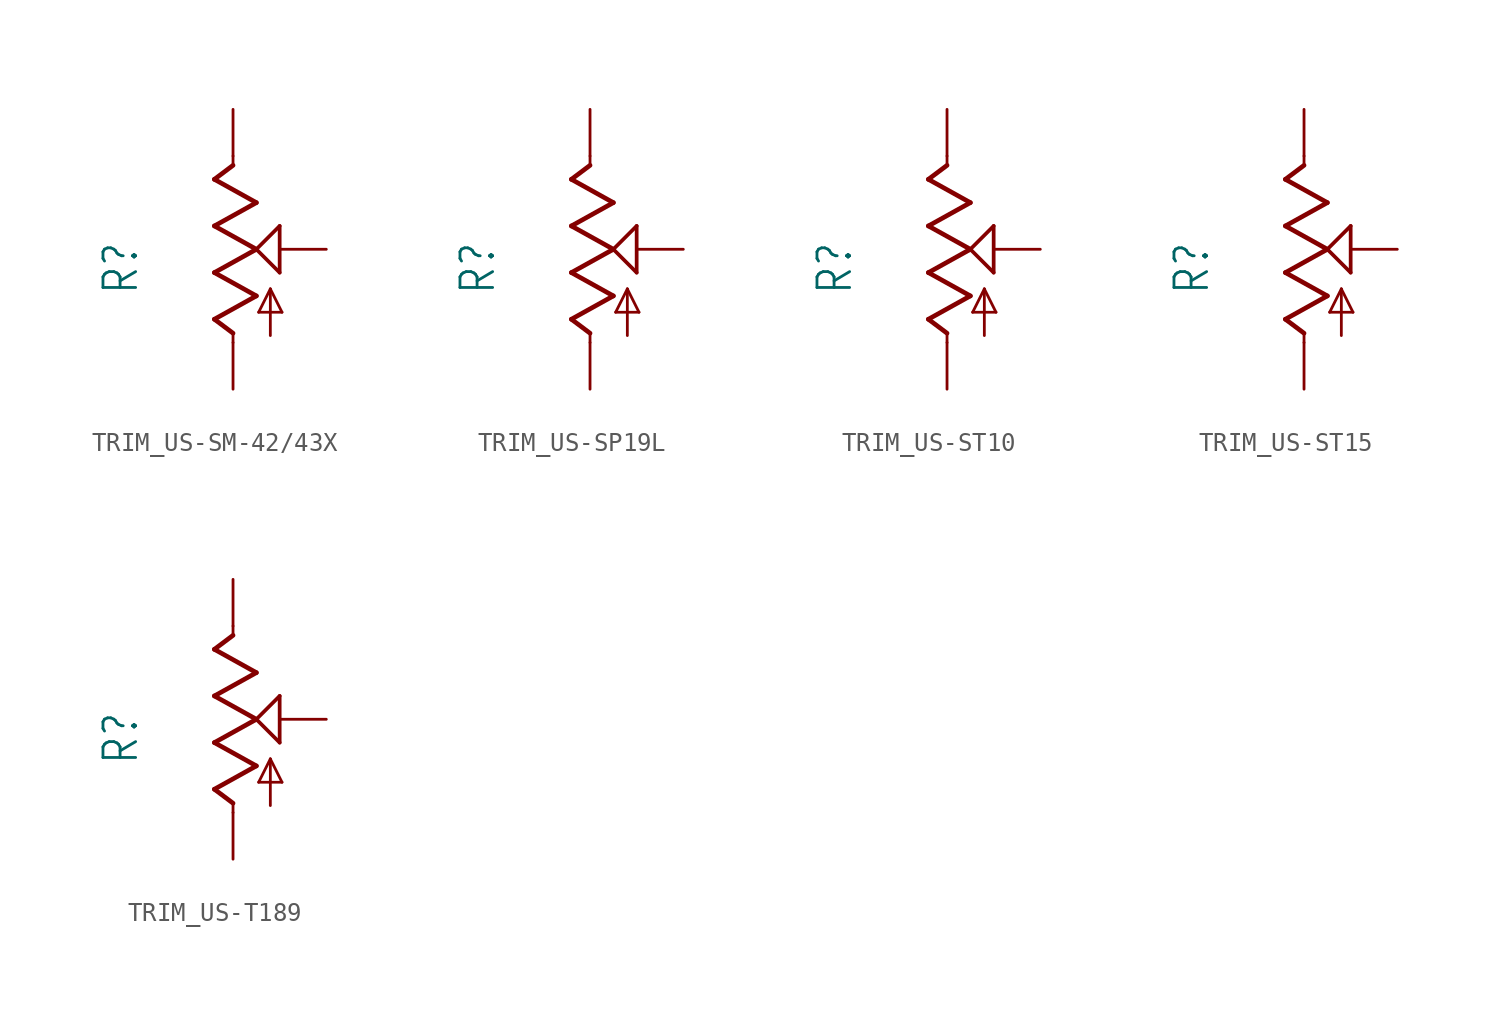
<source format=kicad_sym>
(kicad_symbol_lib
  (version 20231120)
  (generator "kicad_symbol_editor")
  (generator_version "8.0")
  (symbol "TRIM_US-SM-42/43X"
    (property "Reference" "R"
      (at -5.08 -2.54 90)
      (effects (font (size 1.778 1.511)) (justify left bottom)))
    (property "Value" ""
      (at -2.54 -2.54 90)
      (effects (font (size 1.778 1.511)) (justify left bottom)))
    (property "ki_locked" ""
      (at 0 0 0)
      (effects (font (size 1.27 1.27))))
    (symbol "TRIM_US-SM-42/43X_1_0"
      (polyline (pts (xy -1.016 -3.81) (xy 1.27 -2.54)) (stroke (width 0.254) (type solid)) (fill (type none)))
      (polyline (pts (xy -1.016 -1.27) (xy 1.27 0)) (stroke (width 0.254) (type solid)) (fill (type none)))
      (polyline (pts (xy -1.016 1.27) (xy 1.27 2.54)) (stroke (width 0.254) (type solid)) (fill (type none)))
      (polyline (pts (xy -1.016 3.81) (xy 0 4.572)) (stroke (width 0.254) (type solid)) (fill (type none)))
      (polyline (pts (xy 0 -5.08) (xy 0 -4.572)) (stroke (width 0.152) (type solid)) (fill (type none)))
      (polyline (pts (xy 0 -4.572) (xy -1.016 -3.81)) (stroke (width 0.254) (type solid)) (fill (type none)))
      (polyline (pts (xy 0 4.572) (xy 0 5.08)) (stroke (width 0.152) (type solid)) (fill (type none)))
      (polyline (pts (xy 1.27 -2.54) (xy -1.016 -1.27)) (stroke (width 0.254) (type solid)) (fill (type none)))
      (polyline (pts (xy 1.27 0) (xy -1.016 1.27)) (stroke (width 0.254) (type solid)) (fill (type none)))
      (polyline (pts (xy 1.27 0) (xy 2.54 1.27)) (stroke (width 0.203) (type solid)) (fill (type none)))
      (polyline (pts (xy 1.27 2.54) (xy -1.016 3.81)) (stroke (width 0.254) (type solid)) (fill (type none)))
      (polyline (pts (xy 1.397 -3.429) (xy 2.032 -2.159)) (stroke (width 0.152) (type solid)) (fill (type none)))
      (polyline (pts (xy 2.032 -4.699) (xy 2.032 -2.159)) (stroke (width 0.152) (type solid)) (fill (type none)))
      (polyline (pts (xy 2.032 -2.159) (xy 2.667 -3.429)) (stroke (width 0.152) (type solid)) (fill (type none)))
      (polyline (pts (xy 2.54 -1.27) (xy 1.27 0)) (stroke (width 0.203) (type solid)) (fill (type none)))
      (polyline (pts (xy 2.54 1.27) (xy 2.54 -1.27)) (stroke (width 0.203) (type solid)) (fill (type none)))
      (polyline (pts (xy 2.667 -3.429) (xy 1.397 -3.429)) (stroke (width 0.152) (type solid)) (fill (type none)))
      (pin passive line (at 0 -7.62 90) (length 2.54) (name "A" (effects (font (size 0 0)))) (number "1" (effects (font (size 0 0)))))
      (pin passive line (at 5.08 0 180) (length 2.54) (name "S" (effects (font (size 0 0)))) (number "2" (effects (font (size 0 0)))))
      (pin passive line (at 0 7.62 270) (length 2.54) (name "E" (effects (font (size 0 0)))) (number "3" (effects (font (size 0 0)))))))
  (symbol "TRIM_US-SP19L"
    (property "Reference" "R"
      (at -5.08 -2.54 90)
      (effects (font (size 1.778 1.511)) (justify left bottom)))
    (property "Value" ""
      (at -2.54 -2.54 90)
      (effects (font (size 1.778 1.511)) (justify left bottom)))
    (property "ki_locked" ""
      (at 0 0 0)
      (effects (font (size 1.27 1.27))))
    (symbol "TRIM_US-SP19L_1_0"
      (polyline (pts (xy -1.016 -3.81) (xy 1.27 -2.54)) (stroke (width 0.254) (type solid)) (fill (type none)))
      (polyline (pts (xy -1.016 -1.27) (xy 1.27 0)) (stroke (width 0.254) (type solid)) (fill (type none)))
      (polyline (pts (xy -1.016 1.27) (xy 1.27 2.54)) (stroke (width 0.254) (type solid)) (fill (type none)))
      (polyline (pts (xy -1.016 3.81) (xy 0 4.572)) (stroke (width 0.254) (type solid)) (fill (type none)))
      (polyline (pts (xy 0 -5.08) (xy 0 -4.572)) (stroke (width 0.152) (type solid)) (fill (type none)))
      (polyline (pts (xy 0 -4.572) (xy -1.016 -3.81)) (stroke (width 0.254) (type solid)) (fill (type none)))
      (polyline (pts (xy 0 4.572) (xy 0 5.08)) (stroke (width 0.152) (type solid)) (fill (type none)))
      (polyline (pts (xy 1.27 -2.54) (xy -1.016 -1.27)) (stroke (width 0.254) (type solid)) (fill (type none)))
      (polyline (pts (xy 1.27 0) (xy -1.016 1.27)) (stroke (width 0.254) (type solid)) (fill (type none)))
      (polyline (pts (xy 1.27 0) (xy 2.54 1.27)) (stroke (width 0.203) (type solid)) (fill (type none)))
      (polyline (pts (xy 1.27 2.54) (xy -1.016 3.81)) (stroke (width 0.254) (type solid)) (fill (type none)))
      (polyline (pts (xy 1.397 -3.429) (xy 2.032 -2.159)) (stroke (width 0.152) (type solid)) (fill (type none)))
      (polyline (pts (xy 2.032 -4.699) (xy 2.032 -2.159)) (stroke (width 0.152) (type solid)) (fill (type none)))
      (polyline (pts (xy 2.032 -2.159) (xy 2.667 -3.429)) (stroke (width 0.152) (type solid)) (fill (type none)))
      (polyline (pts (xy 2.54 -1.27) (xy 1.27 0)) (stroke (width 0.203) (type solid)) (fill (type none)))
      (polyline (pts (xy 2.54 1.27) (xy 2.54 -1.27)) (stroke (width 0.203) (type solid)) (fill (type none)))
      (polyline (pts (xy 2.667 -3.429) (xy 1.397 -3.429)) (stroke (width 0.152) (type solid)) (fill (type none)))
      (pin passive line (at 0 -7.62 90) (length 2.54) (name "A" (effects (font (size 0 0)))) (number "A" (effects (font (size 0 0)))))
      (pin passive line (at 0 7.62 270) (length 2.54) (name "E" (effects (font (size 0 0)))) (number "E" (effects (font (size 0 0)))))
      (pin passive line (at 5.08 0 180) (length 2.54) (name "S" (effects (font (size 0 0)))) (number "S" (effects (font (size 0 0)))))))
  (symbol "TRIM_US-ST10"
    (property "Reference" "R"
      (at -5.08 -2.54 90)
      (effects (font (size 1.778 1.511)) (justify left bottom)))
    (property "Value" ""
      (at -2.54 -2.54 90)
      (effects (font (size 1.778 1.511)) (justify left bottom)))
    (property "ki_locked" ""
      (at 0 0 0)
      (effects (font (size 1.27 1.27))))
    (symbol "TRIM_US-ST10_1_0"
      (polyline (pts (xy -1.016 -3.81) (xy 1.27 -2.54)) (stroke (width 0.254) (type solid)) (fill (type none)))
      (polyline (pts (xy -1.016 -1.27) (xy 1.27 0)) (stroke (width 0.254) (type solid)) (fill (type none)))
      (polyline (pts (xy -1.016 1.27) (xy 1.27 2.54)) (stroke (width 0.254) (type solid)) (fill (type none)))
      (polyline (pts (xy -1.016 3.81) (xy 0 4.572)) (stroke (width 0.254) (type solid)) (fill (type none)))
      (polyline (pts (xy 0 -5.08) (xy 0 -4.572)) (stroke (width 0.152) (type solid)) (fill (type none)))
      (polyline (pts (xy 0 -4.572) (xy -1.016 -3.81)) (stroke (width 0.254) (type solid)) (fill (type none)))
      (polyline (pts (xy 0 4.572) (xy 0 5.08)) (stroke (width 0.152) (type solid)) (fill (type none)))
      (polyline (pts (xy 1.27 -2.54) (xy -1.016 -1.27)) (stroke (width 0.254) (type solid)) (fill (type none)))
      (polyline (pts (xy 1.27 0) (xy -1.016 1.27)) (stroke (width 0.254) (type solid)) (fill (type none)))
      (polyline (pts (xy 1.27 0) (xy 2.54 1.27)) (stroke (width 0.203) (type solid)) (fill (type none)))
      (polyline (pts (xy 1.27 2.54) (xy -1.016 3.81)) (stroke (width 0.254) (type solid)) (fill (type none)))
      (polyline (pts (xy 1.397 -3.429) (xy 2.032 -2.159)) (stroke (width 0.152) (type solid)) (fill (type none)))
      (polyline (pts (xy 2.032 -4.699) (xy 2.032 -2.159)) (stroke (width 0.152) (type solid)) (fill (type none)))
      (polyline (pts (xy 2.032 -2.159) (xy 2.667 -3.429)) (stroke (width 0.152) (type solid)) (fill (type none)))
      (polyline (pts (xy 2.54 -1.27) (xy 1.27 0)) (stroke (width 0.203) (type solid)) (fill (type none)))
      (polyline (pts (xy 2.54 1.27) (xy 2.54 -1.27)) (stroke (width 0.203) (type solid)) (fill (type none)))
      (polyline (pts (xy 2.667 -3.429) (xy 1.397 -3.429)) (stroke (width 0.152) (type solid)) (fill (type none)))
      (pin passive line (at 0 -7.62 90) (length 2.54) (name "A" (effects (font (size 0 0)))) (number "A" (effects (font (size 0 0)))))
      (pin passive line (at 0 7.62 270) (length 2.54) (name "E" (effects (font (size 0 0)))) (number "E" (effects (font (size 0 0)))))
      (pin passive line (at 5.08 0 180) (length 2.54) (name "S" (effects (font (size 0 0)))) (number "S" (effects (font (size 0 0)))))))
  (symbol "TRIM_US-ST15"
    (property "Reference" "R"
      (at -5.08 -2.54 90)
      (effects (font (size 1.778 1.511)) (justify left bottom)))
    (property "Value" ""
      (at -2.54 -2.54 90)
      (effects (font (size 1.778 1.511)) (justify left bottom)))
    (property "ki_locked" ""
      (at 0 0 0)
      (effects (font (size 1.27 1.27))))
    (symbol "TRIM_US-ST15_1_0"
      (polyline (pts (xy -1.016 -3.81) (xy 1.27 -2.54)) (stroke (width 0.254) (type solid)) (fill (type none)))
      (polyline (pts (xy -1.016 -1.27) (xy 1.27 0)) (stroke (width 0.254) (type solid)) (fill (type none)))
      (polyline (pts (xy -1.016 1.27) (xy 1.27 2.54)) (stroke (width 0.254) (type solid)) (fill (type none)))
      (polyline (pts (xy -1.016 3.81) (xy 0 4.572)) (stroke (width 0.254) (type solid)) (fill (type none)))
      (polyline (pts (xy 0 -5.08) (xy 0 -4.572)) (stroke (width 0.152) (type solid)) (fill (type none)))
      (polyline (pts (xy 0 -4.572) (xy -1.016 -3.81)) (stroke (width 0.254) (type solid)) (fill (type none)))
      (polyline (pts (xy 0 4.572) (xy 0 5.08)) (stroke (width 0.152) (type solid)) (fill (type none)))
      (polyline (pts (xy 1.27 -2.54) (xy -1.016 -1.27)) (stroke (width 0.254) (type solid)) (fill (type none)))
      (polyline (pts (xy 1.27 0) (xy -1.016 1.27)) (stroke (width 0.254) (type solid)) (fill (type none)))
      (polyline (pts (xy 1.27 0) (xy 2.54 1.27)) (stroke (width 0.203) (type solid)) (fill (type none)))
      (polyline (pts (xy 1.27 2.54) (xy -1.016 3.81)) (stroke (width 0.254) (type solid)) (fill (type none)))
      (polyline (pts (xy 1.397 -3.429) (xy 2.032 -2.159)) (stroke (width 0.152) (type solid)) (fill (type none)))
      (polyline (pts (xy 2.032 -4.699) (xy 2.032 -2.159)) (stroke (width 0.152) (type solid)) (fill (type none)))
      (polyline (pts (xy 2.032 -2.159) (xy 2.667 -3.429)) (stroke (width 0.152) (type solid)) (fill (type none)))
      (polyline (pts (xy 2.54 -1.27) (xy 1.27 0)) (stroke (width 0.203) (type solid)) (fill (type none)))
      (polyline (pts (xy 2.54 1.27) (xy 2.54 -1.27)) (stroke (width 0.203) (type solid)) (fill (type none)))
      (polyline (pts (xy 2.667 -3.429) (xy 1.397 -3.429)) (stroke (width 0.152) (type solid)) (fill (type none)))
      (pin passive line (at 0 -7.62 90) (length 2.54) (name "A" (effects (font (size 0 0)))) (number "A" (effects (font (size 0 0)))))
      (pin passive line (at 0 7.62 270) (length 2.54) (name "E" (effects (font (size 0 0)))) (number "E" (effects (font (size 0 0)))))
      (pin passive line (at 5.08 0 180) (length 2.54) (name "S" (effects (font (size 0 0)))) (number "S" (effects (font (size 0 0)))))))
  (symbol "TRIM_US-T189"
    (property "Reference" "R"
      (at -5.08 -2.54 90)
      (effects (font (size 1.778 1.511)) (justify left bottom)))
    (property "Value" ""
      (at -2.54 -2.54 90)
      (effects (font (size 1.778 1.511)) (justify left bottom)))
    (property "ki_locked" ""
      (at 0 0 0)
      (effects (font (size 1.27 1.27))))
    (symbol "TRIM_US-T189_1_0"
      (polyline (pts (xy -1.016 -3.81) (xy 1.27 -2.54)) (stroke (width 0.254) (type solid)) (fill (type none)))
      (polyline (pts (xy -1.016 -1.27) (xy 1.27 0)) (stroke (width 0.254) (type solid)) (fill (type none)))
      (polyline (pts (xy -1.016 1.27) (xy 1.27 2.54)) (stroke (width 0.254) (type solid)) (fill (type none)))
      (polyline (pts (xy -1.016 3.81) (xy 0 4.572)) (stroke (width 0.254) (type solid)) (fill (type none)))
      (polyline (pts (xy 0 -5.08) (xy 0 -4.572)) (stroke (width 0.152) (type solid)) (fill (type none)))
      (polyline (pts (xy 0 -4.572) (xy -1.016 -3.81)) (stroke (width 0.254) (type solid)) (fill (type none)))
      (polyline (pts (xy 0 4.572) (xy 0 5.08)) (stroke (width 0.152) (type solid)) (fill (type none)))
      (polyline (pts (xy 1.27 -2.54) (xy -1.016 -1.27)) (stroke (width 0.254) (type solid)) (fill (type none)))
      (polyline (pts (xy 1.27 0) (xy -1.016 1.27)) (stroke (width 0.254) (type solid)) (fill (type none)))
      (polyline (pts (xy 1.27 0) (xy 2.54 1.27)) (stroke (width 0.203) (type solid)) (fill (type none)))
      (polyline (pts (xy 1.27 2.54) (xy -1.016 3.81)) (stroke (width 0.254) (type solid)) (fill (type none)))
      (polyline (pts (xy 1.397 -3.429) (xy 2.032 -2.159)) (stroke (width 0.152) (type solid)) (fill (type none)))
      (polyline (pts (xy 2.032 -4.699) (xy 2.032 -2.159)) (stroke (width 0.152) (type solid)) (fill (type none)))
      (polyline (pts (xy 2.032 -2.159) (xy 2.667 -3.429)) (stroke (width 0.152) (type solid)) (fill (type none)))
      (polyline (pts (xy 2.54 -1.27) (xy 1.27 0)) (stroke (width 0.203) (type solid)) (fill (type none)))
      (polyline (pts (xy 2.54 1.27) (xy 2.54 -1.27)) (stroke (width 0.203) (type solid)) (fill (type none)))
      (polyline (pts (xy 2.667 -3.429) (xy 1.397 -3.429)) (stroke (width 0.152) (type solid)) (fill (type none)))
      (pin passive line (at 0 -7.62 90) (length 2.54) (name "A" (effects (font (size 0 0)))) (number "A" (effects (font (size 0 0)))))
      (pin passive line (at 0 7.62 270) (length 2.54) (name "E" (effects (font (size 0 0)))) (number "E" (effects (font (size 0 0)))))
      (pin passive line (at 5.08 0 180) (length 2.54) (name "S" (effects (font (size 0 0)))) (number "S" (effects (font (size 0 0))))))))
</source>
